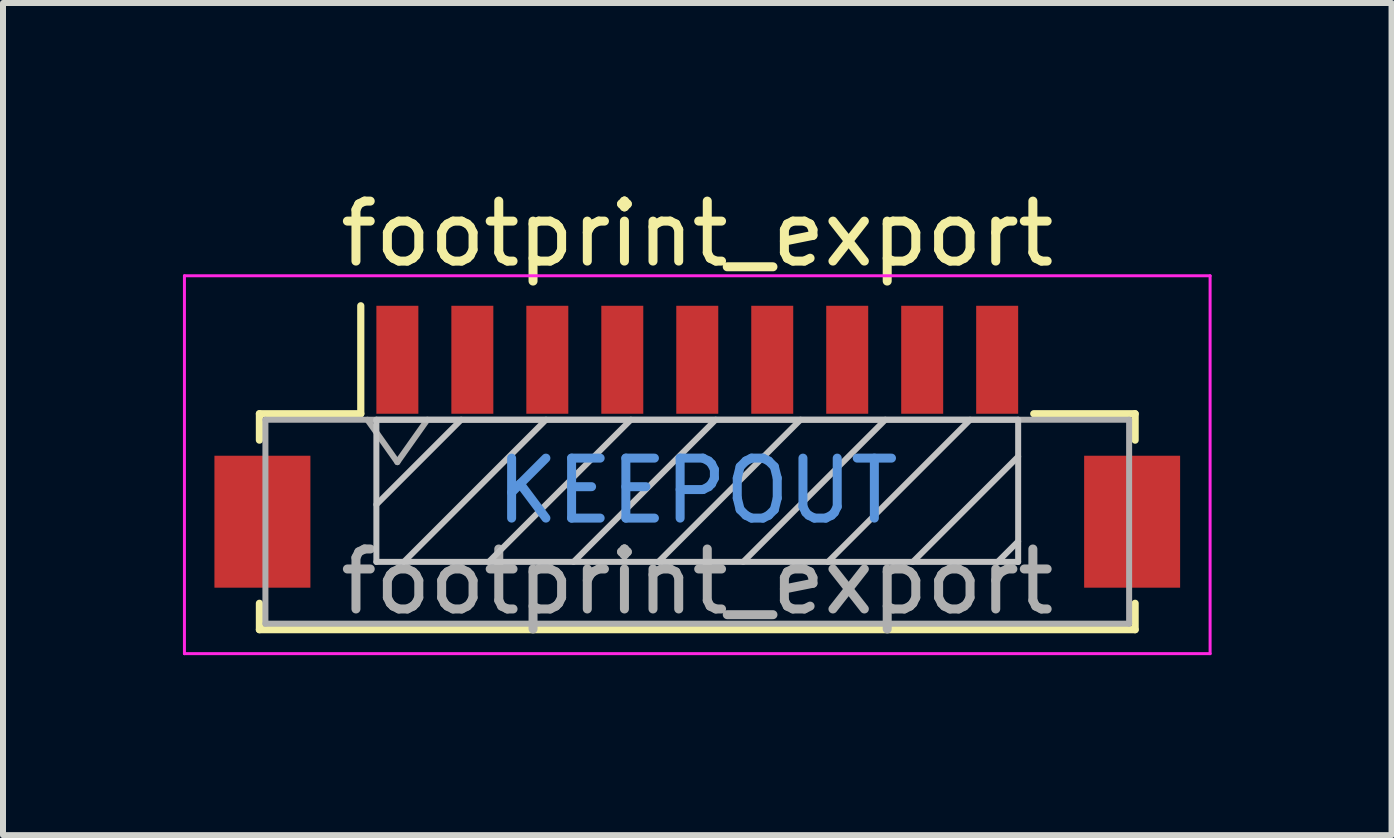
<source format=kicad_pcb>
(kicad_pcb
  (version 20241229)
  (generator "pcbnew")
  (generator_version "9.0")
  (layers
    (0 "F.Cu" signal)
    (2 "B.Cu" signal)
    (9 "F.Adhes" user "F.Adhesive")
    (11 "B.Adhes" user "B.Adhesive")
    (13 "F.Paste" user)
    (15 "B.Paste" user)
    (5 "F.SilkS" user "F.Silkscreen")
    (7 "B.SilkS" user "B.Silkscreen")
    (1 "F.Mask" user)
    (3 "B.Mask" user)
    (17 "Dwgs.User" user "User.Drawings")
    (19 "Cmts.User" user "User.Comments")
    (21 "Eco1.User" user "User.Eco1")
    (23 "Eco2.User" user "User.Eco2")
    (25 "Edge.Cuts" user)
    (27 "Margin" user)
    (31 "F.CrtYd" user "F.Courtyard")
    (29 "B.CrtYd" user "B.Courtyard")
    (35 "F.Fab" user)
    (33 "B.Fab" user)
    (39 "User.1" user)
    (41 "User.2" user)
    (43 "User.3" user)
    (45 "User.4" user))
  (footprint "footprint_export"
    (layer "F.Cu")
    (at 8.575 4.398)
    (property "Reference" "footprint_export" (at 0 -3.55 0) (layer "F.SilkS") (effects (font (size 1 1) (thickness 0.15))))
    (attr smd)
    (fp_line (start -7.3 -0.55) (end -7.3 -0.11) (stroke (width 0.12) (type solid)) (layer "F.SilkS"))
    (fp_line (start -7.3 2.61) (end -7.3 3.05) (stroke (width 0.12) (type solid)) (layer "F.SilkS"))
    (fp_line (start -7.3 3.05) (end 7.3 3.05) (stroke (width 0.12) (type solid)) (layer "F.SilkS"))
    (fp_line (start -5.61 -0.55) (end -7.3 -0.55) (stroke (width 0.12) (type solid)) (layer "F.SilkS"))
    (fp_line (start -5.61 -0.55) (end -5.61 -2.35) (stroke (width 0.12) (type solid)) (layer "F.SilkS"))
    (fp_line (start 5.61 -0.55) (end 7.3 -0.55) (stroke (width 0.12) (type solid)) (layer "F.SilkS"))
    (fp_line (start 7.3 -0.55) (end 7.3 -0.11) (stroke (width 0.12) (type solid)) (layer "F.SilkS"))
    (fp_line (start 7.3 3.05) (end 7.3 2.61) (stroke (width 0.12) (type solid)) (layer "F.SilkS"))
    (fp_line (start -5.35 -0.45) (end -5.35 1.92) (stroke (width 0.1) (type solid)) (layer "Dwgs.User"))
    (fp_line (start -5.35 1.92) (end 5.35 1.92) (stroke (width 0.1) (type solid)) (layer "Dwgs.User"))
    (fp_line (start -3.936 -0.45) (end -5.35 0.964) (stroke (width 0.1) (type solid)) (layer "Dwgs.User"))
    (fp_line (start -2.522 -0.45) (end -4.892 1.92) (stroke (width 0.1) (type solid)) (layer "Dwgs.User"))
    (fp_line (start -1.107 -0.45) (end -3.477 1.92) (stroke (width 0.1) (type solid)) (layer "Dwgs.User"))
    (fp_line (start 0.307 -0.45) (end -2.063 1.92) (stroke (width 0.1) (type solid)) (layer "Dwgs.User"))
    (fp_line (start 1.721 -0.45) (end -0.649 1.92) (stroke (width 0.1) (type solid)) (layer "Dwgs.User"))
    (fp_line (start 3.135 -0.45) (end 0.765 1.92) (stroke (width 0.1) (type solid)) (layer "Dwgs.User"))
    (fp_line (start 4.549 -0.45) (end 2.179 1.92) (stroke (width 0.1) (type solid)) (layer "Dwgs.User"))
    (fp_line (start 5.35 -0.45) (end -5.35 -0.45) (stroke (width 0.1) (type solid)) (layer "Dwgs.User"))
    (fp_line (start 5.35 0.164) (end 3.594 1.92) (stroke (width 0.1) (type solid)) (layer "Dwgs.User"))
    (fp_line (start 5.35 1.578) (end 5.008 1.92) (stroke (width 0.1) (type solid)) (layer "Dwgs.User"))
    (fp_line (start 5.35 1.92) (end 5.35 -0.45) (stroke (width 0.1) (type solid)) (layer "Dwgs.User"))
    (fp_line (start -8.55 -2.85) (end -8.55 3.45) (stroke (width 0.05) (type solid)) (layer "F.CrtYd"))
    (fp_line (start -8.55 3.45) (end 8.55 3.45) (stroke (width 0.05) (type solid)) (layer "F.CrtYd"))
    (fp_line (start 8.55 -2.85) (end -8.55 -2.85) (stroke (width 0.05) (type solid)) (layer "F.CrtYd"))
    (fp_line (start 8.55 3.45) (end 8.55 -2.85) (stroke (width 0.05) (type solid)) (layer "F.CrtYd"))
    (fp_line (start -7.2 -0.45) (end -7.2 2.95) (stroke (width 0.1) (type solid)) (layer "F.Fab"))
    (fp_line (start -7.2 2.95) (end 7.2 2.95) (stroke (width 0.1) (type solid)) (layer "F.Fab"))
    (fp_line (start -5.5 -0.45) (end -5 0.257) (stroke (width 0.1) (type solid)) (layer "F.Fab"))
    (fp_line (start -5 0.257) (end -4.5 -0.45) (stroke (width 0.1) (type solid)) (layer "F.Fab"))
    (fp_line (start 7.2 -0.45) (end -7.2 -0.45) (stroke (width 0.1) (type solid)) (layer "F.Fab"))
    (fp_line (start 7.2 2.95) (end 7.2 -0.45) (stroke (width 0.1) (type solid)) (layer "F.Fab"))
    (fp_text user "KEEPOUT" (at 0 0.735 0) (layer "Cmts.User") (effects (font (size 1 1) (thickness 0.15))))
    (fp_text user "${REFERENCE}" (at 0 2.25 0) (layer "F.Fab") (effects (font (size 1 1) (thickness 0.15))))
    (pad "1" smd rect (at -5 -1.45) (size 0.7 1.8) (layers "F.Cu" "F.Mask" "F.Paste"))
    (pad "2" smd rect (at -3.75 -1.45) (size 0.7 1.8) (layers "F.Cu" "F.Mask" "F.Paste"))
    (pad "3" smd rect (at -2.5 -1.45) (size 0.7 1.8) (layers "F.Cu" "F.Mask" "F.Paste"))
    (pad "4" smd rect (at -1.25 -1.45) (size 0.7 1.8) (layers "F.Cu" "F.Mask" "F.Paste"))
    (pad "5" smd rect (at 0 -1.45) (size 0.7 1.8) (layers "F.Cu" "F.Mask" "F.Paste"))
    (pad "6" smd rect (at 1.25 -1.45) (size 0.7 1.8) (layers "F.Cu" "F.Mask" "F.Paste"))
    (pad "7" smd rect (at 2.5 -1.45) (size 0.7 1.8) (layers "F.Cu" "F.Mask" "F.Paste"))
    (pad "8" smd rect (at 3.75 -1.45) (size 0.7 1.8) (layers "F.Cu" "F.Mask" "F.Paste"))
    (pad "9" smd rect (at 5 -1.45) (size 0.7 1.8) (layers "F.Cu" "F.Mask" "F.Paste"))
    (pad "MP" smd rect (at -7.25 1.25) (size 1.6 2.2) (layers "F.Cu" "F.Mask" "F.Paste"))
    (pad "MP" smd rect (at 7.25 1.25) (size 1.6 2.2) (layers "F.Cu" "F.Mask" "F.Paste")))
  (gr_rect
    (start -3 -3)
    (end 20.15 10.873)
    (stroke (width 0.1) (type default))
    (fill no)
    (layer "Edge.Cuts")))
</source>
